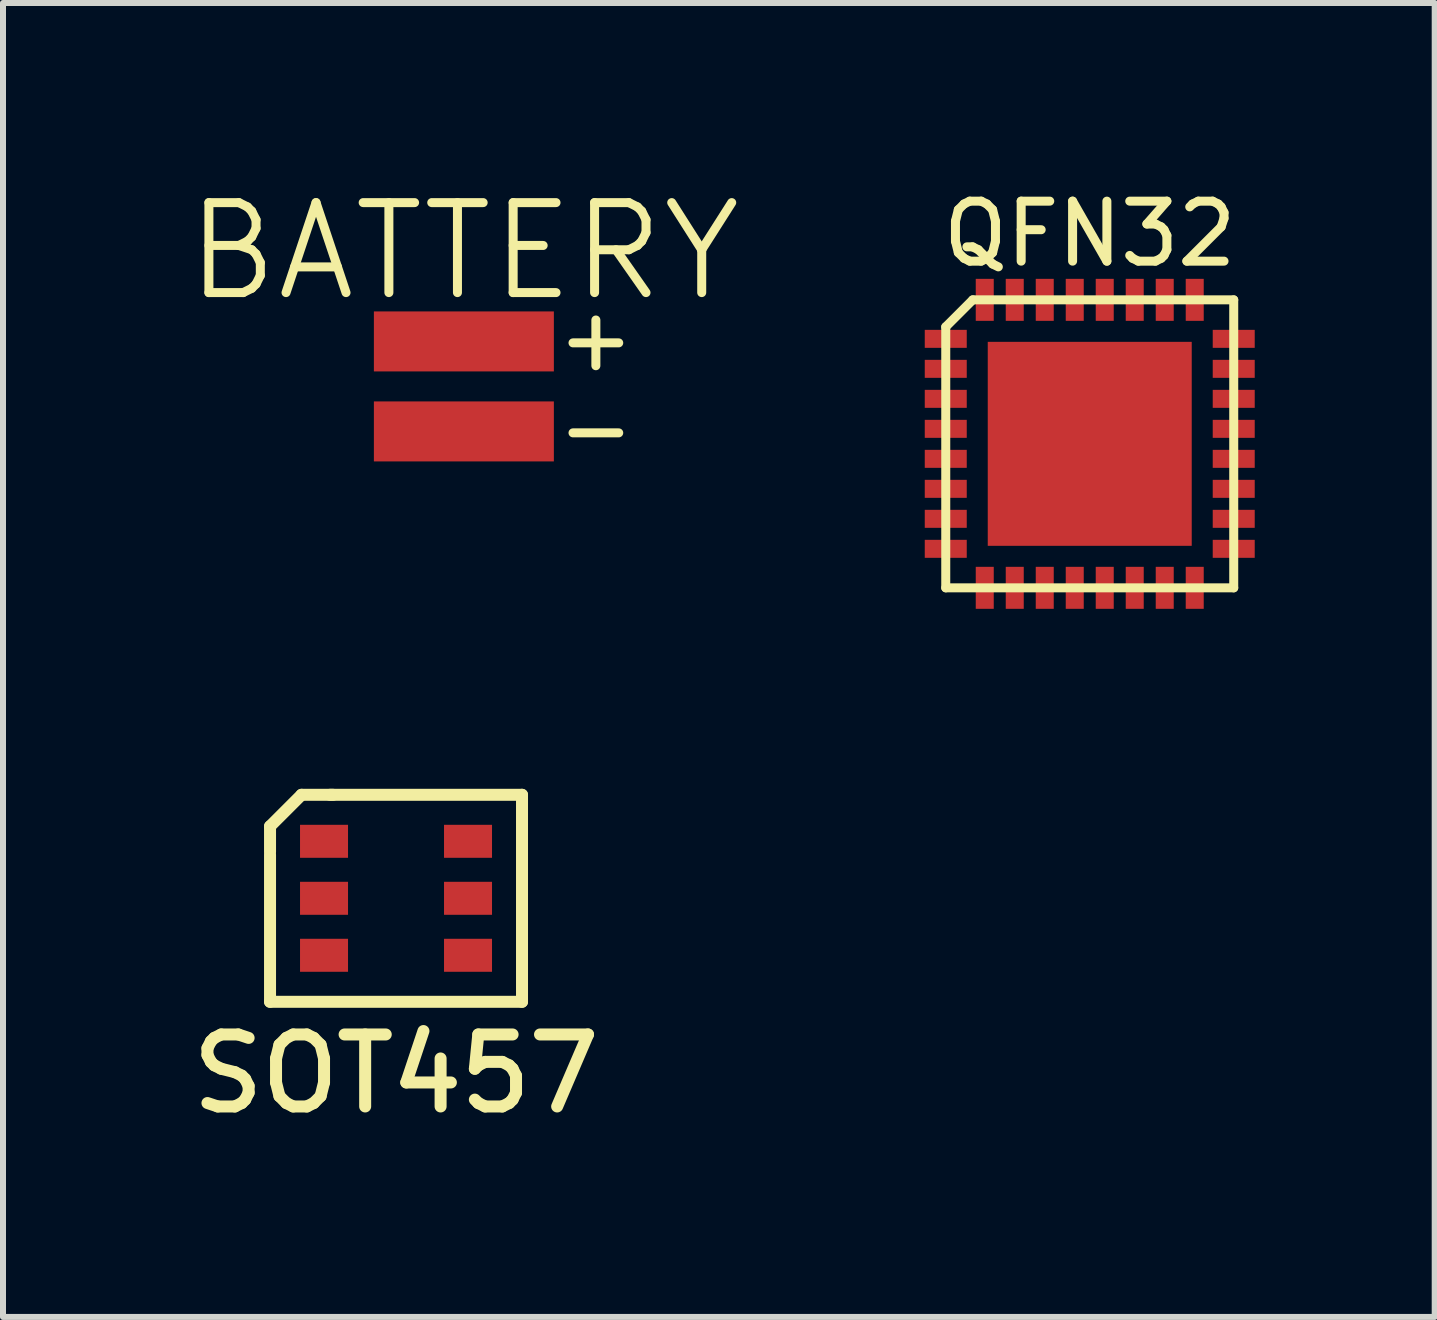
<source format=kicad_pcb>
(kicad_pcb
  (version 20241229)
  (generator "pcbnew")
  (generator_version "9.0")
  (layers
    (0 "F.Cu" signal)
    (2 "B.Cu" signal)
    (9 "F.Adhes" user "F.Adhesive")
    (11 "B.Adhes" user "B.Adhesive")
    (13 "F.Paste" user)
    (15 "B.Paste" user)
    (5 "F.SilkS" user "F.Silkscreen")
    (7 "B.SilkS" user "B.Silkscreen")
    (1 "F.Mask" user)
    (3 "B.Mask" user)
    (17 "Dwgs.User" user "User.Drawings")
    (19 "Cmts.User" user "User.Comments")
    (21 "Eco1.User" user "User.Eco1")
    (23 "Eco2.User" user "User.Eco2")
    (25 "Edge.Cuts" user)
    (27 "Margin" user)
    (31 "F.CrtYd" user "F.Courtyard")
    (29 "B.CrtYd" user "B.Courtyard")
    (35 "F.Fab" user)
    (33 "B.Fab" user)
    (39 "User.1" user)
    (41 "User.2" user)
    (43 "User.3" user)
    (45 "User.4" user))
  (footprint "QFN32"
    (layer "F.Cu")
    (at 12.714 2.598)
    (property "Reference" "QFN32" (at 2.4 -1.75 0) (layer "F.SilkS") (effects (font (size 1 1) (thickness 0.15))))
    (attr through_hole)
    (fp_line (start 0 -0.2) (end 0 4.15) (stroke (width 0.15) (type solid)) (layer "F.SilkS"))
    (fp_line (start 0 4.15) (end 4.8 4.15) (stroke (width 0.15) (type solid)) (layer "F.SilkS"))
    (fp_line (start 0.45 -0.65) (end 0 -0.2) (stroke (width 0.15) (type solid)) (layer "F.SilkS"))
    (fp_line (start 4.8 -0.65) (end 0.45 -0.65) (stroke (width 0.15) (type solid)) (layer "F.SilkS"))
    (fp_line (start 4.8 4.15) (end 4.8 -0.65) (stroke (width 0.15) (type solid)) (layer "F.SilkS"))
    (pad "1" smd rect (at 0 0) (size 0.7 0.3) (layers "F.Cu" "F.Mask" "F.Paste"))
    (pad "2" smd rect (at 0 0.5) (size 0.7 0.3) (layers "F.Cu" "F.Mask" "F.Paste"))
    (pad "3" smd rect (at 0 1) (size 0.7 0.3) (layers "F.Cu" "F.Mask" "F.Paste"))
    (pad "4" smd rect (at 0 1.5) (size 0.7 0.3) (layers "F.Cu" "F.Mask" "F.Paste"))
    (pad "5" smd rect (at 0 2) (size 0.7 0.3) (layers "F.Cu" "F.Mask" "F.Paste"))
    (pad "6" smd rect (at 0 2.5) (size 0.7 0.3) (layers "F.Cu" "F.Mask" "F.Paste"))
    (pad "7" smd rect (at 0 3) (size 0.7 0.3) (layers "F.Cu" "F.Mask" "F.Paste"))
    (pad "8" smd rect (at 0 3.5) (size 0.7 0.3) (layers "F.Cu" "F.Mask" "F.Paste"))
    (pad "9" smd rect (at 0.65 4.15) (size 0.3 0.7) (layers "F.Cu" "F.Mask" "F.Paste"))
    (pad "10" smd rect (at 1.15 4.15) (size 0.3 0.7) (layers "F.Cu" "F.Mask" "F.Paste"))
    (pad "11" smd rect (at 1.65 4.15) (size 0.3 0.7) (layers "F.Cu" "F.Mask" "F.Paste"))
    (pad "12" smd rect (at 2.15 4.15) (size 0.3 0.7) (layers "F.Cu" "F.Mask" "F.Paste"))
    (pad "13" smd rect (at 2.65 4.15) (size 0.3 0.7) (layers "F.Cu" "F.Mask" "F.Paste"))
    (pad "14" smd rect (at 3.15 4.15) (size 0.3 0.7) (layers "F.Cu" "F.Mask" "F.Paste"))
    (pad "15" smd rect (at 3.65 4.15) (size 0.3 0.7) (layers "F.Cu" "F.Mask" "F.Paste"))
    (pad "16" smd rect (at 4.15 4.15) (size 0.3 0.7) (layers "F.Cu" "F.Mask" "F.Paste"))
    (pad "17" smd rect (at 4.8 3.5) (size 0.7 0.3) (layers "F.Cu" "F.Mask" "F.Paste"))
    (pad "18" smd rect (at 4.8 3) (size 0.7 0.3) (layers "F.Cu" "F.Mask" "F.Paste"))
    (pad "19" smd rect (at 4.8 2.5) (size 0.7 0.3) (layers "F.Cu" "F.Mask" "F.Paste"))
    (pad "20" smd rect (at 4.8 2) (size 0.7 0.3) (layers "F.Cu" "F.Mask" "F.Paste"))
    (pad "21" smd rect (at 4.8 1.5) (size 0.7 0.3) (layers "F.Cu" "F.Mask" "F.Paste"))
    (pad "22" smd rect (at 4.8 1) (size 0.7 0.3) (layers "F.Cu" "F.Mask" "F.Paste"))
    (pad "23" smd rect (at 4.8 0.5) (size 0.7 0.3) (layers "F.Cu" "F.Mask" "F.Paste"))
    (pad "24" smd rect (at 4.8 0) (size 0.7 0.3) (layers "F.Cu" "F.Mask" "F.Paste"))
    (pad "25" smd rect (at 4.15 -0.65) (size 0.3 0.7) (layers "F.Cu" "F.Mask" "F.Paste"))
    (pad "26" smd rect (at 3.65 -0.65) (size 0.3 0.7) (layers "F.Cu" "F.Mask" "F.Paste"))
    (pad "27" smd rect (at 3.15 -0.65) (size 0.3 0.7) (layers "F.Cu" "F.Mask" "F.Paste"))
    (pad "28" smd rect (at 2.65 -0.65) (size 0.3 0.7) (layers "F.Cu" "F.Mask" "F.Paste"))
    (pad "29" smd rect (at 2.15 -0.65) (size 0.3 0.7) (layers "F.Cu" "F.Mask" "F.Paste"))
    (pad "30" smd rect (at 1.65 -0.65) (size 0.3 0.7) (layers "F.Cu" "F.Mask" "F.Paste"))
    (pad "31" smd rect (at 1.15 -0.65) (size 0.3 0.7) (layers "F.Cu" "F.Mask" "F.Paste"))
    (pad "32" smd rect (at 0.65 -0.65) (size 0.3 0.7) (layers "F.Cu" "F.Mask" "F.Paste"))
    (pad "33" smd rect (at 2.4 1.75) (size 3.4 3.4) (layers "F.Cu" "F.Mask" "F.Paste")))
  (footprint "SOT457"
    (layer "F.Cu")
    (at 3.551 11.923)
    (property "Reference" "SOT457" (at 0 2.925 0) (layer "F.SilkS") (effects (font (size 1.2 1.2) (thickness 0.2))))
    (attr through_hole)
    (fp_line (start -2.1 -1.2) (end -2.1 -0.775) (stroke (width 0.2) (type solid)) (layer "F.SilkS"))
    (fp_line (start -2.1 -0.725) (end -2.1 1.725) (stroke (width 0.2) (type solid)) (layer "F.SilkS"))
    (fp_line (start -2.1 1.725) (end 2.1 1.725) (stroke (width 0.2) (type solid)) (layer "F.SilkS"))
    (fp_line (start -1.575 -1.725) (end -2.1 -1.2) (stroke (width 0.2) (type solid)) (layer "F.SilkS"))
    (fp_line (start -1.05 -1.725) (end -1.575 -1.725) (stroke (width 0.2) (type solid)) (layer "F.SilkS"))
    (fp_line (start 2.1 -1.725) (end -1.1 -1.725) (stroke (width 0.2) (type solid)) (layer "F.SilkS"))
    (fp_line (start 2.1 1.725) (end 2.1 -1.725) (stroke (width 0.2) (type solid)) (layer "F.SilkS"))
    (pad "1" smd rect (at -1.2 -0.95) (size 0.8 0.55) (layers "F.Cu" "F.Mask" "F.Paste"))
    (pad "2" smd rect (at -1.2 0) (size 0.8 0.55) (layers "F.Cu" "F.Mask" "F.Paste"))
    (pad "3" smd rect (at -1.2 0.95) (size 0.8 0.55) (layers "F.Cu" "F.Mask" "F.Paste"))
    (pad "4" smd rect (at 1.2 0.95) (size 0.8 0.55) (layers "F.Cu" "F.Mask" "F.Paste"))
    (pad "5" smd rect (at 1.2 0) (size 0.8 0.55) (layers "F.Cu" "F.Mask" "F.Paste"))
    (pad "6" smd rect (at 1.2 -0.95) (size 0.8 0.55) (layers "F.Cu" "F.Mask" "F.Paste")))
  (footprint "BATTERY"
    (layer "F.Cu")
    (at 4.682 2.641)
    (property "Reference" "BATTERY" (at 0 -1.5 0) (layer "F.SilkS") (effects (font (size 1.5 1.5) (thickness 0.15))))
    (attr through_hole)
    (fp_text user "-" (at 2.2 1.45 0) (layer "F.SilkS") (effects (font (size 1 1) (thickness 0.15))))
    (fp_text user "+" (at 2.2 -0.05 0) (layer "F.SilkS") (effects (font (size 1 1) (thickness 0.15))))
    (pad "1" smd rect (at 0 0) (size 3 1) (layers "F.Cu" "F.Mask" "F.Paste"))
    (pad "2" smd rect (at 0 1.5) (size 3 1) (layers "F.Cu" "F.Mask" "F.Paste")))
  (gr_rect
    (start -3 -3)
    (end 20.864 18.901)
    (stroke (width 0.1) (type default))
    (fill no)
    (layer "Edge.Cuts")))
</source>
